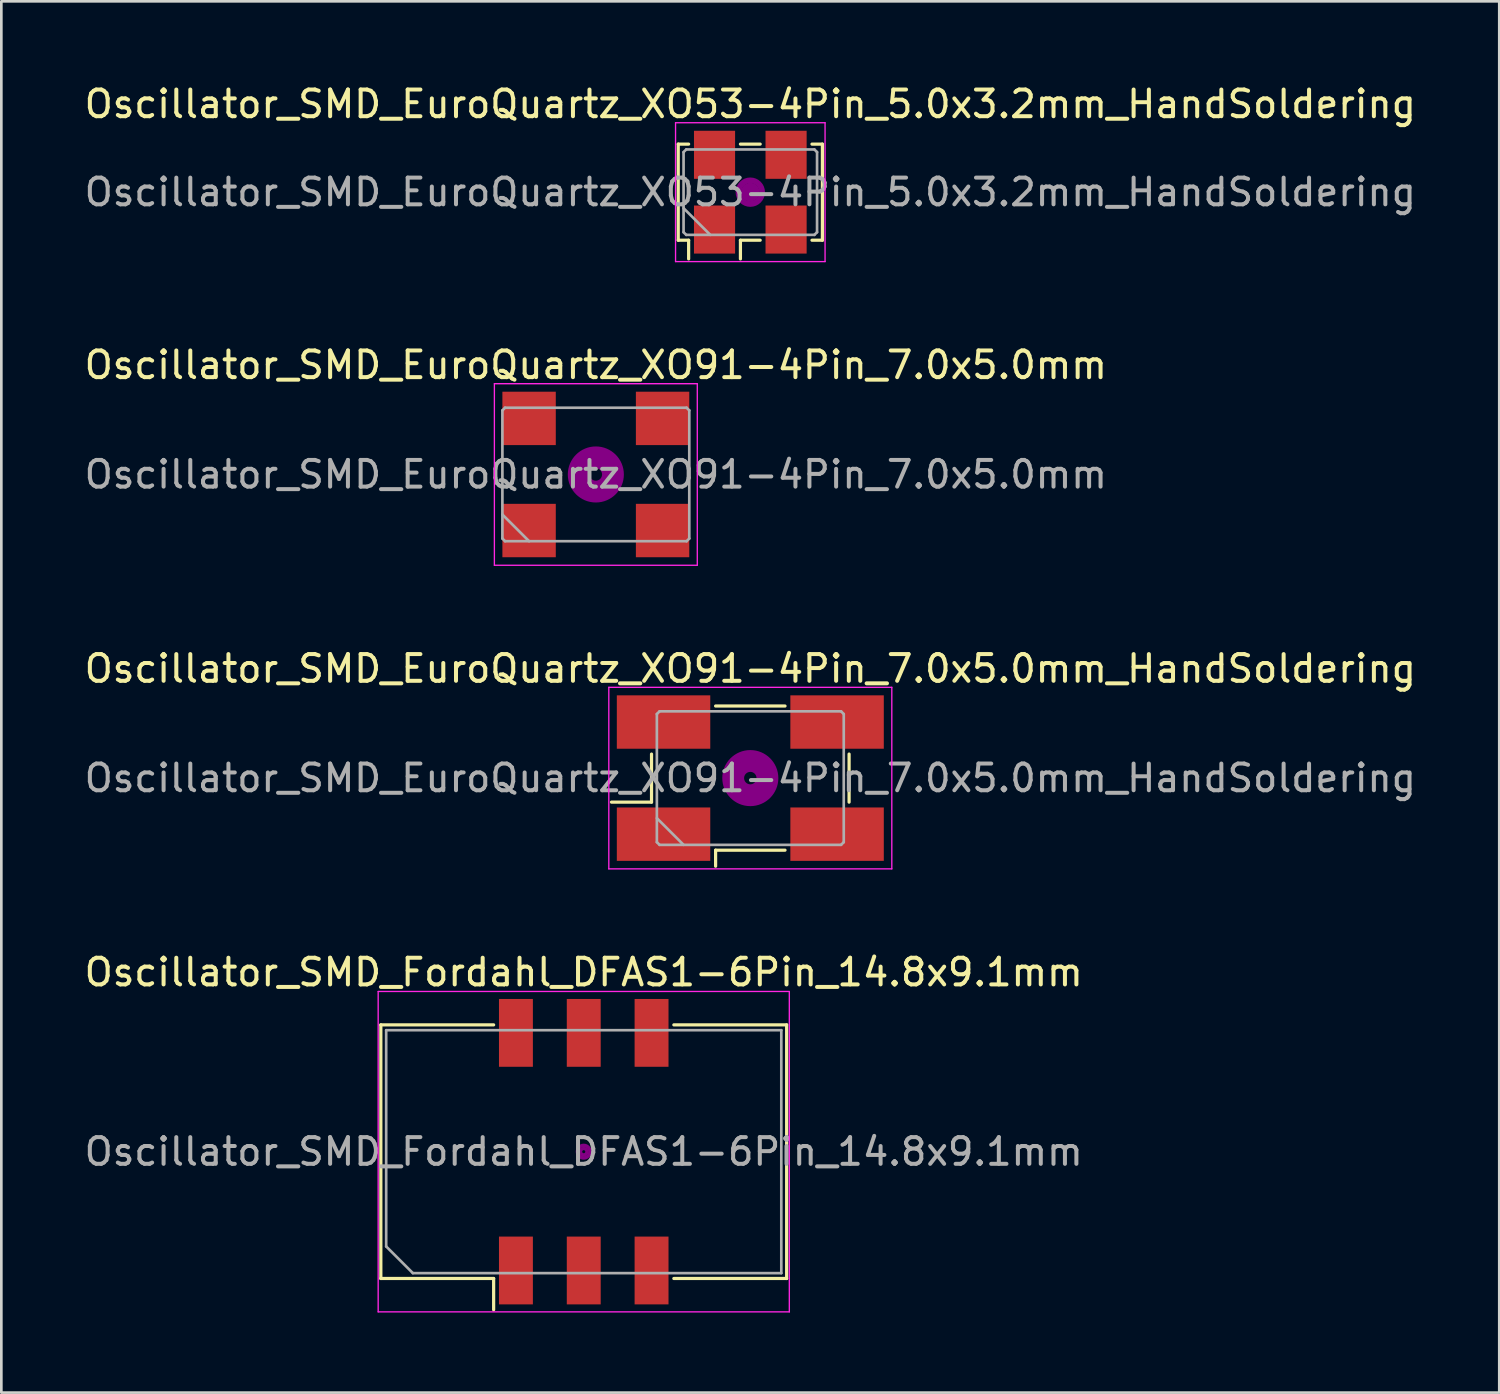
<source format=kicad_pcb>
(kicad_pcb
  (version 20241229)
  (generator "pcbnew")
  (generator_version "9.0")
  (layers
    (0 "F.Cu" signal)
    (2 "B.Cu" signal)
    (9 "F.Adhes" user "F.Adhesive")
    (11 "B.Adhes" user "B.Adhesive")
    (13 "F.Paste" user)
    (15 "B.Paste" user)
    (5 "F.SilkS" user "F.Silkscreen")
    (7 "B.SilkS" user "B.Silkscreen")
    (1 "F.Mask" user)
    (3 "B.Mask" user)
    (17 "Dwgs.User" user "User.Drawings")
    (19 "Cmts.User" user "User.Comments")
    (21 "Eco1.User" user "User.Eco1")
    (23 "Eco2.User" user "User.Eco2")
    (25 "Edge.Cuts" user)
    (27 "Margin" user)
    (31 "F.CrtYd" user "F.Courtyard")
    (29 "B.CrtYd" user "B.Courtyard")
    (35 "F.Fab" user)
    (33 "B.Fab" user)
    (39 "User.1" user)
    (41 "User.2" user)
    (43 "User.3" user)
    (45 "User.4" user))
  (footprint "Oscillator_SMD_EuroQuartz_XO91-4Pin_7.0x5.0mm"
    (layer "F.Cu")
    (at 19.268 14.722)
    (property "Reference" "Oscillator_SMD_EuroQuartz_XO91-4Pin_7.0x5.0mm" (at 0 -4.1 0) (layer "F.SilkS") (effects (font (size 1 1) (thickness 0.15))))
    (attr smd)
    (fp_circle (center 0 0) (end 0.233 0) (stroke (width 0.467) (type solid)) (fill no) (layer "F.Adhes"))
    (fp_circle (center 0 0) (end 0.533 0) (stroke (width 0.333) (type solid)) (fill no) (layer "F.Adhes"))
    (fp_circle (center 0 0) (end 0.833 0) (stroke (width 0.333) (type solid)) (fill no) (layer "F.Adhes"))
    (fp_circle (center 0 0) (end 1 0) (stroke (width 0.1) (type solid)) (fill no) (layer "F.Adhes"))
    (fp_line (start -3.8 -3.4) (end -3.8 3.4) (stroke (width 0.05) (type solid)) (layer "F.CrtYd"))
    (fp_line (start -3.8 3.4) (end 3.8 3.4) (stroke (width 0.05) (type solid)) (layer "F.CrtYd"))
    (fp_line (start 3.8 -3.4) (end -3.8 -3.4) (stroke (width 0.05) (type solid)) (layer "F.CrtYd"))
    (fp_line (start 3.8 3.4) (end 3.8 -3.4) (stroke (width 0.05) (type solid)) (layer "F.CrtYd"))
    (fp_line (start -3.5 -2.4) (end -3.4 -2.5) (stroke (width 0.1) (type solid)) (layer "F.Fab"))
    (fp_line (start -3.5 1.5) (end -2.5 2.5) (stroke (width 0.1) (type solid)) (layer "F.Fab"))
    (fp_line (start -3.5 2.4) (end -3.5 -2.4) (stroke (width 0.1) (type solid)) (layer "F.Fab"))
    (fp_line (start -3.4 -2.5) (end 3.4 -2.5) (stroke (width 0.1) (type solid)) (layer "F.Fab"))
    (fp_line (start -3.4 2.5) (end -3.5 2.4) (stroke (width 0.1) (type solid)) (layer "F.Fab"))
    (fp_line (start 3.4 -2.5) (end 3.5 -2.4) (stroke (width 0.1) (type solid)) (layer "F.Fab"))
    (fp_line (start 3.4 2.5) (end -3.4 2.5) (stroke (width 0.1) (type solid)) (layer "F.Fab"))
    (fp_line (start 3.5 -2.4) (end 3.5 2.4) (stroke (width 0.1) (type solid)) (layer "F.Fab"))
    (fp_line (start 3.5 2.4) (end 3.4 2.5) (stroke (width 0.1) (type solid)) (layer "F.Fab"))
    (fp_text user "${REFERENCE}" (at 0 0 0) (layer "F.Fab") (effects (font (size 1 1) (thickness 0.15))))
    (pad "1" smd rect (at -2.5 2.1) (size 2 2) (layers "F.Cu" "F.Mask" "F.Paste"))
    (pad "2" smd rect (at 2.5 2.1) (size 2 2) (layers "F.Cu" "F.Mask" "F.Paste"))
    (pad "3" smd rect (at 2.5 -2.1) (size 2 2) (layers "F.Cu" "F.Mask" "F.Paste"))
    (pad "4" smd rect (at -2.5 -2.1) (size 2 2) (layers "F.Cu" "F.Mask" "F.Paste")))
  (footprint "Oscillator_SMD_EuroQuartz_XO53-4Pin_5.0x3.2mm_HandSoldering"
    (layer "F.Cu")
    (at 25.054 4.148)
    (property "Reference" "Oscillator_SMD_EuroQuartz_XO53-4Pin_5.0x3.2mm_HandSoldering" (at 0 -3.3 0) (layer "F.SilkS") (effects (font (size 1 1) (thickness 0.15))))
    (attr smd)
    (fp_line (start -2.7 -1.8) (end -2.31 -1.8) (stroke (width 0.12) (type solid)) (layer "F.SilkS"))
    (fp_line (start -2.7 1.8) (end -2.7 -1.8) (stroke (width 0.12) (type solid)) (layer "F.SilkS"))
    (fp_line (start -2.31 1.8) (end -2.7 1.8) (stroke (width 0.12) (type solid)) (layer "F.SilkS"))
    (fp_line (start -2.31 2.5) (end -2.31 1.8) (stroke (width 0.12) (type solid)) (layer "F.SilkS"))
    (fp_line (start -0.37 -1.8) (end 0.37 -1.8) (stroke (width 0.12) (type solid)) (layer "F.SilkS"))
    (fp_line (start -0.37 1.8) (end -0.37 2.5) (stroke (width 0.12) (type solid)) (layer "F.SilkS"))
    (fp_line (start 0.37 1.8) (end -0.37 1.8) (stroke (width 0.12) (type solid)) (layer "F.SilkS"))
    (fp_line (start 2.31 -1.8) (end 2.7 -1.8) (stroke (width 0.12) (type solid)) (layer "F.SilkS"))
    (fp_line (start 2.7 -1.8) (end 2.7 1.8) (stroke (width 0.12) (type solid)) (layer "F.SilkS"))
    (fp_line (start 2.7 1.8) (end 2.31 1.8) (stroke (width 0.12) (type solid)) (layer "F.SilkS"))
    (fp_circle (center 0 0) (end 0.117 0) (stroke (width 0.233) (type solid)) (fill no) (layer "F.Adhes"))
    (fp_circle (center 0 0) (end 0.267 0) (stroke (width 0.167) (type solid)) (fill no) (layer "F.Adhes"))
    (fp_circle (center 0 0) (end 0.417 0) (stroke (width 0.167) (type solid)) (fill no) (layer "F.Adhes"))
    (fp_circle (center 0 0) (end 0.5 0) (stroke (width 0.1) (type solid)) (fill no) (layer "F.Adhes"))
    (fp_line (start -2.8 -2.6) (end -2.8 2.6) (stroke (width 0.05) (type solid)) (layer "F.CrtYd"))
    (fp_line (start -2.8 2.6) (end 2.8 2.6) (stroke (width 0.05) (type solid)) (layer "F.CrtYd"))
    (fp_line (start 2.8 -2.6) (end -2.8 -2.6) (stroke (width 0.05) (type solid)) (layer "F.CrtYd"))
    (fp_line (start 2.8 2.6) (end 2.8 -2.6) (stroke (width 0.05) (type solid)) (layer "F.CrtYd"))
    (fp_line (start -2.5 -1.5) (end -2.4 -1.6) (stroke (width 0.1) (type solid)) (layer "F.Fab"))
    (fp_line (start -2.5 0.6) (end -1.5 1.6) (stroke (width 0.1) (type solid)) (layer "F.Fab"))
    (fp_line (start -2.5 1.5) (end -2.5 -1.5) (stroke (width 0.1) (type solid)) (layer "F.Fab"))
    (fp_line (start -2.4 -1.6) (end 2.4 -1.6) (stroke (width 0.1) (type solid)) (layer "F.Fab"))
    (fp_line (start -2.4 1.6) (end -2.5 1.5) (stroke (width 0.1) (type solid)) (layer "F.Fab"))
    (fp_line (start 2.4 -1.6) (end 2.5 -1.5) (stroke (width 0.1) (type solid)) (layer "F.Fab"))
    (fp_line (start 2.4 1.6) (end -2.4 1.6) (stroke (width 0.1) (type solid)) (layer "F.Fab"))
    (fp_line (start 2.5 -1.5) (end 2.5 1.5) (stroke (width 0.1) (type solid)) (layer "F.Fab"))
    (fp_line (start 2.5 1.5) (end 2.4 1.6) (stroke (width 0.1) (type solid)) (layer "F.Fab"))
    (fp_text user "${REFERENCE}" (at 0 0 0) (layer "F.Fab") (effects (font (size 1 1) (thickness 0.15))))
    (pad "1" smd rect (at -1.34 1.4) (size 1.54 1.8) (layers "F.Cu" "F.Mask" "F.Paste"))
    (pad "2" smd rect (at 1.34 1.4) (size 1.54 1.8) (layers "F.Cu" "F.Mask" "F.Paste"))
    (pad "3" smd rect (at 1.34 -1.4) (size 1.54 1.8) (layers "F.Cu" "F.Mask" "F.Paste"))
    (pad "4" smd rect (at -1.34 -1.4) (size 1.54 1.8) (layers "F.Cu" "F.Mask" "F.Paste")))
  (footprint "Oscillator_SMD_Fordahl_DFAS1-6Pin_14.8x9.1mm"
    (layer "F.Cu")
    (at 18.815 40.088)
    (property "Reference" "Oscillator_SMD_Fordahl_DFAS1-6Pin_14.8x9.1mm" (at 0 -6.72 0) (layer "F.SilkS") (effects (font (size 1 1) (thickness 0.15))))
    (attr smd)
    (fp_line (start -7.6 -4.75) (end -3.375 -4.75) (stroke (width 0.12) (type solid)) (layer "F.SilkS"))
    (fp_line (start -7.6 4.75) (end -7.6 -4.75) (stroke (width 0.12) (type solid)) (layer "F.SilkS"))
    (fp_line (start -3.375 4.75) (end -7.6 4.75) (stroke (width 0.12) (type solid)) (layer "F.SilkS"))
    (fp_line (start -3.375 5.92) (end -3.375 4.75) (stroke (width 0.12) (type solid)) (layer "F.SilkS"))
    (fp_line (start 3.375 -4.75) (end 7.6 -4.75) (stroke (width 0.12) (type solid)) (layer "F.SilkS"))
    (fp_line (start 7.6 -4.75) (end 7.6 4.75) (stroke (width 0.12) (type solid)) (layer "F.SilkS"))
    (fp_line (start 7.6 4.75) (end 3.375 4.75) (stroke (width 0.12) (type solid)) (layer "F.SilkS"))
    (fp_circle (center 0 0) (end 0.058 0) (stroke (width 0.117) (type solid)) (fill no) (layer "F.Adhes"))
    (fp_circle (center 0 0) (end 0.133 0) (stroke (width 0.083) (type solid)) (fill no) (layer "F.Adhes"))
    (fp_circle (center 0 0) (end 0.208 0) (stroke (width 0.083) (type solid)) (fill no) (layer "F.Adhes"))
    (fp_circle (center 0 0) (end 0.25 0) (stroke (width 0.1) (type solid)) (fill no) (layer "F.Adhes"))
    (fp_line (start -7.7 -6) (end -7.7 6) (stroke (width 0.05) (type solid)) (layer "F.CrtYd"))
    (fp_line (start -7.7 6) (end 7.7 6) (stroke (width 0.05) (type solid)) (layer "F.CrtYd"))
    (fp_line (start 7.7 -6) (end -7.7 -6) (stroke (width 0.05) (type solid)) (layer "F.CrtYd"))
    (fp_line (start 7.7 6) (end 7.7 -6) (stroke (width 0.05) (type solid)) (layer "F.CrtYd"))
    (fp_line (start -7.4 -4.55) (end 7.4 -4.55) (stroke (width 0.1) (type solid)) (layer "F.Fab"))
    (fp_line (start -7.4 3.55) (end -7.4 -4.55) (stroke (width 0.1) (type solid)) (layer "F.Fab"))
    (fp_line (start -6.4 4.55) (end -7.4 3.55) (stroke (width 0.1) (type solid)) (layer "F.Fab"))
    (fp_line (start 7.4 -4.55) (end 7.4 4.55) (stroke (width 0.1) (type solid)) (layer "F.Fab"))
    (fp_line (start 7.4 4.55) (end -6.4 4.55) (stroke (width 0.1) (type solid)) (layer "F.Fab"))
    (fp_text user "${REFERENCE}" (at 0 0 0) (layer "F.Fab") (effects (font (size 1 1) (thickness 0.15))))
    (pad "1" smd rect (at -2.54 4.45) (size 1.27 2.54) (layers "F.Cu" "F.Mask" "F.Paste"))
    (pad "2" smd rect (at 0 4.45) (size 1.27 2.54) (layers "F.Cu" "F.Mask" "F.Paste"))
    (pad "3" smd rect (at 2.54 4.45) (size 1.27 2.54) (layers "F.Cu" "F.Mask" "F.Paste"))
    (pad "4" smd rect (at 2.54 -4.45) (size 1.27 2.54) (layers "F.Cu" "F.Mask" "F.Paste"))
    (pad "5" smd rect (at 0 -4.45) (size 1.27 2.54) (layers "F.Cu" "F.Mask" "F.Paste"))
    (pad "6" smd rect (at -2.54 -4.45) (size 1.27 2.54) (layers "F.Cu" "F.Mask" "F.Paste")))
  (footprint "Oscillator_SMD_EuroQuartz_XO91-4Pin_7.0x5.0mm_HandSoldering"
    (layer "F.Cu")
    (at 25.054 26.095)
    (property "Reference" "Oscillator_SMD_EuroQuartz_XO91-4Pin_7.0x5.0mm_HandSoldering" (at 0 -4.1 0) (layer "F.SilkS") (effects (font (size 1 1) (thickness 0.15))))
    (attr smd)
    (fp_line (start -5.2 0.9) (end -3.7 0.9) (stroke (width 0.12) (type solid)) (layer "F.SilkS"))
    (fp_line (start -3.7 0.9) (end -3.7 -0.9) (stroke (width 0.12) (type solid)) (layer "F.SilkS"))
    (fp_line (start -1.3 -2.7) (end 1.3 -2.7) (stroke (width 0.12) (type solid)) (layer "F.SilkS"))
    (fp_line (start -1.3 2.7) (end -1.3 3.3) (stroke (width 0.12) (type solid)) (layer "F.SilkS"))
    (fp_line (start 1.3 2.7) (end -1.3 2.7) (stroke (width 0.12) (type solid)) (layer "F.SilkS"))
    (fp_line (start 3.7 -0.9) (end 3.7 0.9) (stroke (width 0.12) (type solid)) (layer "F.SilkS"))
    (fp_circle (center 0 0) (end 0.233 0) (stroke (width 0.467) (type solid)) (fill no) (layer "F.Adhes"))
    (fp_circle (center 0 0) (end 0.533 0) (stroke (width 0.333) (type solid)) (fill no) (layer "F.Adhes"))
    (fp_circle (center 0 0) (end 0.833 0) (stroke (width 0.333) (type solid)) (fill no) (layer "F.Adhes"))
    (fp_circle (center 0 0) (end 1 0) (stroke (width 0.1) (type solid)) (fill no) (layer "F.Adhes"))
    (fp_line (start -5.3 -3.4) (end -5.3 3.4) (stroke (width 0.05) (type solid)) (layer "F.CrtYd"))
    (fp_line (start -5.3 3.4) (end 5.3 3.4) (stroke (width 0.05) (type solid)) (layer "F.CrtYd"))
    (fp_line (start 5.3 -3.4) (end -5.3 -3.4) (stroke (width 0.05) (type solid)) (layer "F.CrtYd"))
    (fp_line (start 5.3 3.4) (end 5.3 -3.4) (stroke (width 0.05) (type solid)) (layer "F.CrtYd"))
    (fp_line (start -3.5 -2.4) (end -3.4 -2.5) (stroke (width 0.1) (type solid)) (layer "F.Fab"))
    (fp_line (start -3.5 1.5) (end -2.5 2.5) (stroke (width 0.1) (type solid)) (layer "F.Fab"))
    (fp_line (start -3.5 2.4) (end -3.5 -2.4) (stroke (width 0.1) (type solid)) (layer "F.Fab"))
    (fp_line (start -3.4 -2.5) (end 3.4 -2.5) (stroke (width 0.1) (type solid)) (layer "F.Fab"))
    (fp_line (start -3.4 2.5) (end -3.5 2.4) (stroke (width 0.1) (type solid)) (layer "F.Fab"))
    (fp_line (start 3.4 -2.5) (end 3.5 -2.4) (stroke (width 0.1) (type solid)) (layer "F.Fab"))
    (fp_line (start 3.4 2.5) (end -3.4 2.5) (stroke (width 0.1) (type solid)) (layer "F.Fab"))
    (fp_line (start 3.5 -2.4) (end 3.5 2.4) (stroke (width 0.1) (type solid)) (layer "F.Fab"))
    (fp_line (start 3.5 2.4) (end 3.4 2.5) (stroke (width 0.1) (type solid)) (layer "F.Fab"))
    (fp_text user "${REFERENCE}" (at 0 0 0) (layer "F.Fab") (effects (font (size 1 1) (thickness 0.15))))
    (pad "1" smd rect (at -3.25 2.1) (size 3.5 2) (layers "F.Cu" "F.Mask" "F.Paste"))
    (pad "2" smd rect (at 3.25 2.1) (size 3.5 2) (layers "F.Cu" "F.Mask" "F.Paste"))
    (pad "3" smd rect (at 3.25 -2.1) (size 3.5 2) (layers "F.Cu" "F.Mask" "F.Paste"))
    (pad "4" smd rect (at -3.25 -2.1) (size 3.5 2) (layers "F.Cu" "F.Mask" "F.Paste")))
  (gr_rect
    (start -3 -3)
    (end 53.107 49.113)
    (stroke (width 0.1) (type default))
    (fill no)
    (layer "Edge.Cuts")))
</source>
